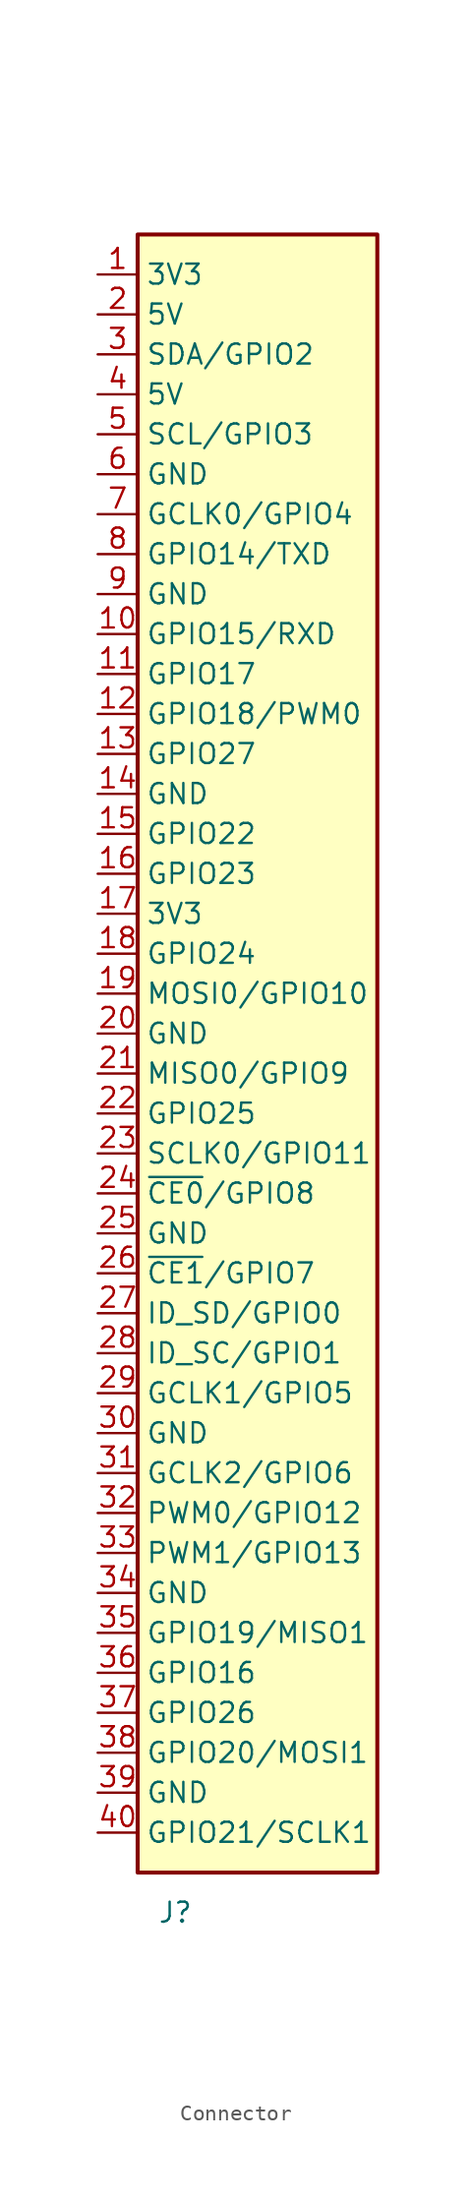
<source format=kicad_sym>
(kicad_symbol_lib
  (version 20231120)
  (generator "kicad_symbol_editor")
  (generator_version "8.0")
  (symbol "Connector"
    (property "Reference" "J"
      (at -6.35 -55.88 0)
      (effects (font (size 1.27 1.27)) (justify left)))
    (property "Value" ""
      (at -5.08 49.53 0)
      (effects (font (size 1.27 1.27))))
    (symbol "Connector_1_1"
      (rectangle (start -7.62 50.8) (end 7.62 -53.34) (stroke (width 0.254) (type default)) (fill (type background)))
      (pin power_in line (at -10.16 48.26 0) (length 2.54) (name "3V3" (effects (font (size 1.27 1.27)))) (number "1" (effects (font (size 1.27 1.27)))))
      (pin bidirectional line (at -10.16 25.4 0) (length 2.54) (name "GPIO15/RXD" (effects (font (size 1.27 1.27)))) (number "10" (effects (font (size 1.27 1.27)))))
      (pin bidirectional line (at -10.16 22.86 0) (length 2.54) (name "GPIO17" (effects (font (size 1.27 1.27)))) (number "11" (effects (font (size 1.27 1.27)))))
      (pin bidirectional line (at -10.16 20.32 0) (length 2.54) (name "GPIO18/PWM0" (effects (font (size 1.27 1.27)))) (number "12" (effects (font (size 1.27 1.27)))))
      (pin bidirectional line (at -10.16 17.78 0) (length 2.54) (name "GPIO27" (effects (font (size 1.27 1.27)))) (number "13" (effects (font (size 1.27 1.27)))))
      (pin power_in line (at -10.16 15.24 0) (length 2.54) (name "GND" (effects (font (size 1.27 1.27)))) (number "14" (effects (font (size 1.27 1.27)))))
      (pin bidirectional line (at -10.16 12.7 0) (length 2.54) (name "GPIO22" (effects (font (size 1.27 1.27)))) (number "15" (effects (font (size 1.27 1.27)))))
      (pin bidirectional line (at -10.16 10.16 0) (length 2.54) (name "GPIO23" (effects (font (size 1.27 1.27)))) (number "16" (effects (font (size 1.27 1.27)))))
      (pin power_in line (at -10.16 7.62 0) (length 2.54) (name "3V3" (effects (font (size 1.27 1.27)))) (number "17" (effects (font (size 1.27 1.27)))))
      (pin bidirectional line (at -10.16 5.08 0) (length 2.54) (name "GPIO24" (effects (font (size 1.27 1.27)))) (number "18" (effects (font (size 1.27 1.27)))))
      (pin bidirectional line (at -10.16 2.54 0) (length 2.54) (name "MOSI0/GPIO10" (effects (font (size 1.27 1.27)))) (number "19" (effects (font (size 1.27 1.27)))))
      (pin power_in line (at -10.16 45.72 0) (length 2.54) (name "5V" (effects (font (size 1.27 1.27)))) (number "2" (effects (font (size 1.27 1.27)))))
      (pin power_in line (at -10.16 0 0) (length 2.54) (name "GND" (effects (font (size 1.27 1.27)))) (number "20" (effects (font (size 1.27 1.27)))))
      (pin bidirectional line (at -10.16 -2.54 0) (length 2.54) (name "MISO0/GPIO9" (effects (font (size 1.27 1.27)))) (number "21" (effects (font (size 1.27 1.27)))))
      (pin bidirectional line (at -10.16 -5.08 0) (length 2.54) (name "GPIO25" (effects (font (size 1.27 1.27)))) (number "22" (effects (font (size 1.27 1.27)))))
      (pin bidirectional line (at -10.16 -7.62 0) (length 2.54) (name "SCLK0/GPIO11" (effects (font (size 1.27 1.27)))) (number "23" (effects (font (size 1.27 1.27)))))
      (pin bidirectional line (at -10.16 -10.16 0) (length 2.54) (name "~{CE0}/GPIO8" (effects (font (size 1.27 1.27)))) (number "24" (effects (font (size 1.27 1.27)))))
      (pin power_in line (at -10.16 -12.7 0) (length 2.54) (name "GND" (effects (font (size 1.27 1.27)))) (number "25" (effects (font (size 1.27 1.27)))))
      (pin bidirectional line (at -10.16 -15.24 0) (length 2.54) (name "~{CE1}/GPIO7" (effects (font (size 1.27 1.27)))) (number "26" (effects (font (size 1.27 1.27)))))
      (pin bidirectional line (at -10.16 -17.78 0) (length 2.54) (name "ID_SD/GPIO0" (effects (font (size 1.27 1.27)))) (number "27" (effects (font (size 1.27 1.27)))))
      (pin bidirectional line (at -10.16 -20.32 0) (length 2.54) (name "ID_SC/GPIO1" (effects (font (size 1.27 1.27)))) (number "28" (effects (font (size 1.27 1.27)))))
      (pin bidirectional line (at -10.16 -22.86 0) (length 2.54) (name "GCLK1/GPIO5" (effects (font (size 1.27 1.27)))) (number "29" (effects (font (size 1.27 1.27)))))
      (pin bidirectional line (at -10.16 43.18 0) (length 2.54) (name "SDA/GPIO2" (effects (font (size 1.27 1.27)))) (number "3" (effects (font (size 1.27 1.27)))))
      (pin power_in line (at -10.16 -25.4 0) (length 2.54) (name "GND" (effects (font (size 1.27 1.27)))) (number "30" (effects (font (size 1.27 1.27)))))
      (pin bidirectional line (at -10.16 -27.94 0) (length 2.54) (name "GCLK2/GPIO6" (effects (font (size 1.27 1.27)))) (number "31" (effects (font (size 1.27 1.27)))))
      (pin bidirectional line (at -10.16 -30.48 0) (length 2.54) (name "PWM0/GPIO12" (effects (font (size 1.27 1.27)))) (number "32" (effects (font (size 1.27 1.27)))))
      (pin bidirectional line (at -10.16 -33.02 0) (length 2.54) (name "PWM1/GPIO13" (effects (font (size 1.27 1.27)))) (number "33" (effects (font (size 1.27 1.27)))))
      (pin power_in line (at -10.16 -35.56 0) (length 2.54) (name "GND" (effects (font (size 1.27 1.27)))) (number "34" (effects (font (size 1.27 1.27)))))
      (pin bidirectional line (at -10.16 -38.1 0) (length 2.54) (name "GPIO19/MISO1" (effects (font (size 1.27 1.27)))) (number "35" (effects (font (size 1.27 1.27)))))
      (pin bidirectional line (at -10.16 -40.64 0) (length 2.54) (name "GPIO16" (effects (font (size 1.27 1.27)))) (number "36" (effects (font (size 1.27 1.27)))))
      (pin bidirectional line (at -10.16 -43.18 0) (length 2.54) (name "GPIO26" (effects (font (size 1.27 1.27)))) (number "37" (effects (font (size 1.27 1.27)))))
      (pin bidirectional line (at -10.16 -45.72 0) (length 2.54) (name "GPIO20/MOSI1" (effects (font (size 1.27 1.27)))) (number "38" (effects (font (size 1.27 1.27)))))
      (pin power_in line (at -10.16 -48.26 0) (length 2.54) (name "GND" (effects (font (size 1.27 1.27)))) (number "39" (effects (font (size 1.27 1.27)))))
      (pin power_in line (at -10.16 40.64 0) (length 2.54) (name "5V" (effects (font (size 1.27 1.27)))) (number "4" (effects (font (size 1.27 1.27)))))
      (pin bidirectional line (at -10.16 -50.8 0) (length 2.54) (name "GPIO21/SCLK1" (effects (font (size 1.27 1.27)))) (number "40" (effects (font (size 1.27 1.27)))))
      (pin bidirectional line (at -10.16 38.1 0) (length 2.54) (name "SCL/GPIO3" (effects (font (size 1.27 1.27)))) (number "5" (effects (font (size 1.27 1.27)))))
      (pin power_in line (at -10.16 35.56 0) (length 2.54) (name "GND" (effects (font (size 1.27 1.27)))) (number "6" (effects (font (size 1.27 1.27)))))
      (pin bidirectional line (at -10.16 33.02 0) (length 2.54) (name "GCLK0/GPIO4" (effects (font (size 1.27 1.27)))) (number "7" (effects (font (size 1.27 1.27)))))
      (pin bidirectional line (at -10.16 30.48 0) (length 2.54) (name "GPIO14/TXD" (effects (font (size 1.27 1.27)))) (number "8" (effects (font (size 1.27 1.27)))))
      (pin power_in line (at -10.16 27.94 0) (length 2.54) (name "GND" (effects (font (size 1.27 1.27)))) (number "9" (effects (font (size 1.27 1.27))))))))
</source>
